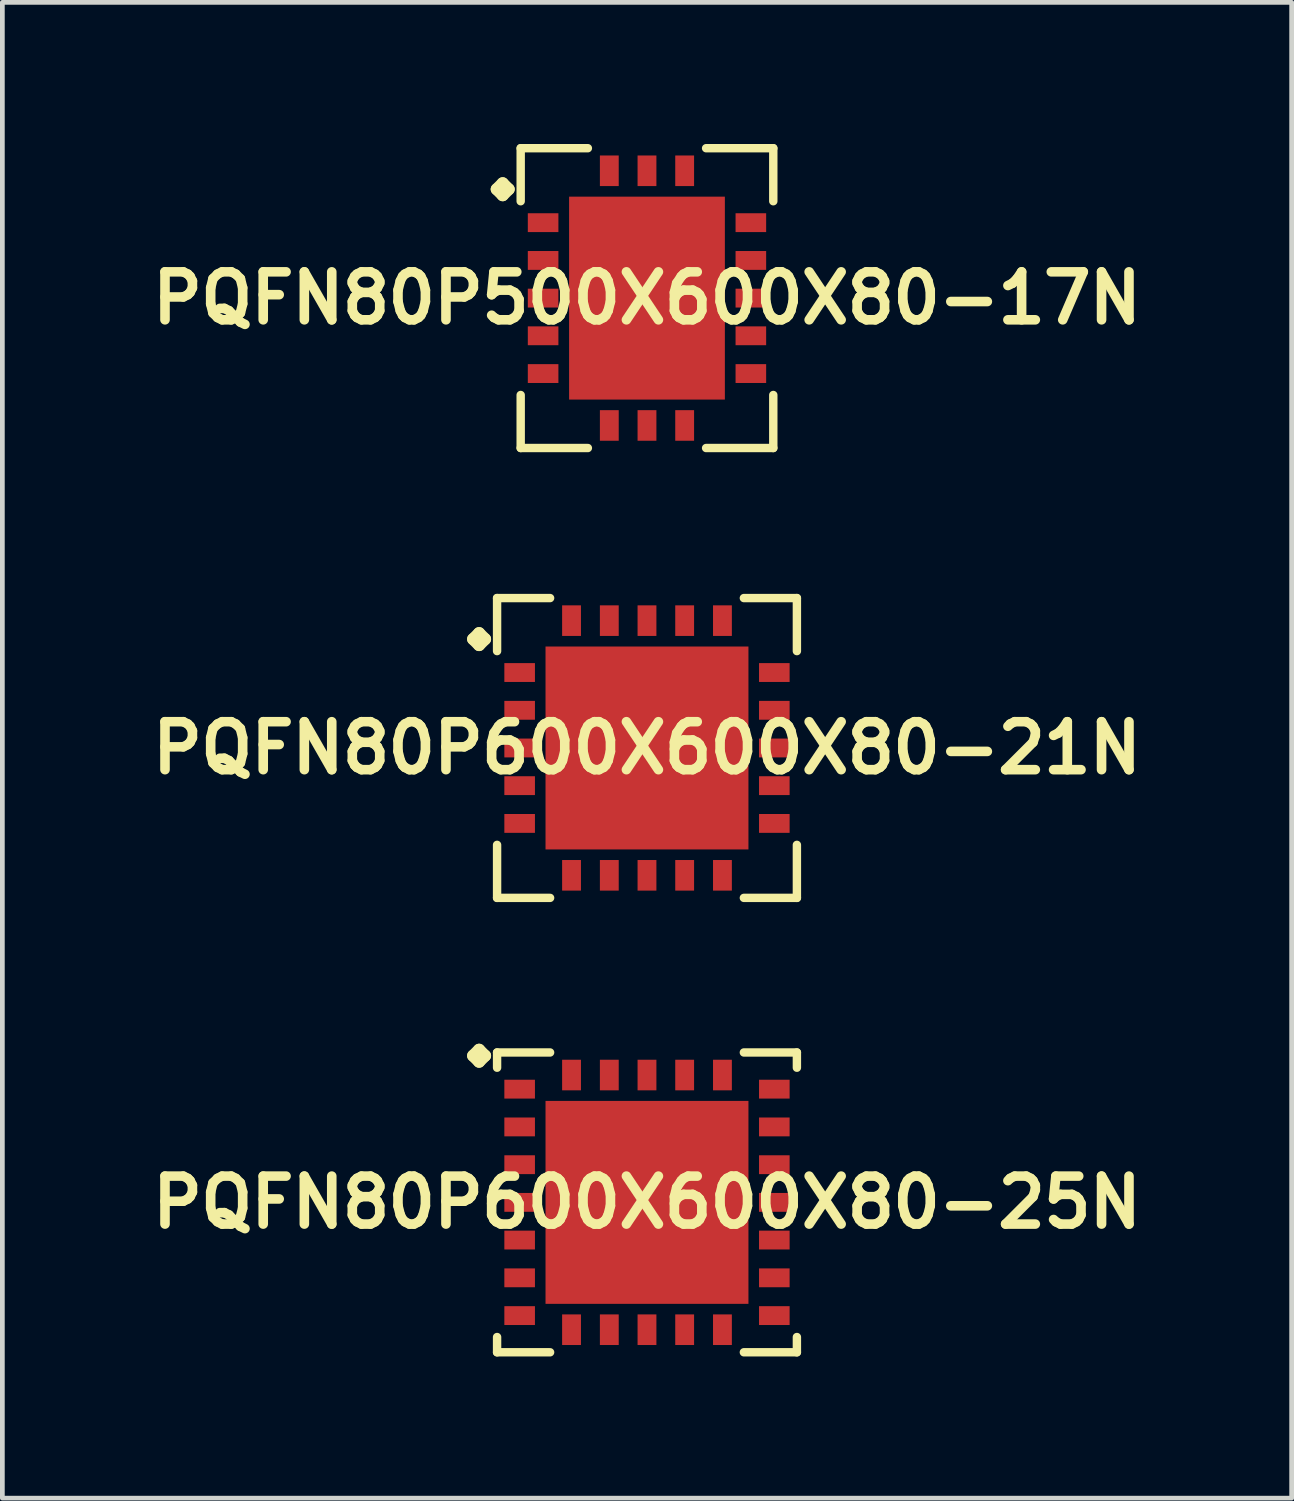
<source format=kicad_pcb>
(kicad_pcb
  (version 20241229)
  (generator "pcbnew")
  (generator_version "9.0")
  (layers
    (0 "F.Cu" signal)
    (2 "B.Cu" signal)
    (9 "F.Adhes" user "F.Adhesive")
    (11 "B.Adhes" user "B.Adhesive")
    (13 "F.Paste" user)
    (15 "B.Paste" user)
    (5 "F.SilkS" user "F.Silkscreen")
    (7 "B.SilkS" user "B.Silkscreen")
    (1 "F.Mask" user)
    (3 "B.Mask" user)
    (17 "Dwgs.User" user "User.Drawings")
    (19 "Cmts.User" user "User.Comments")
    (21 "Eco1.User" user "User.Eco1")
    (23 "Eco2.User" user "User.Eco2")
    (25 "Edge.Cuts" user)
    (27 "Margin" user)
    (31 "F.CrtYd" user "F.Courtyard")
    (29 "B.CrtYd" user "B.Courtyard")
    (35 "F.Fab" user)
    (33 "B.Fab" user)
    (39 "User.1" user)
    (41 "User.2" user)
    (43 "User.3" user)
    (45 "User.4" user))
  (footprint "PQFN80P600X600X80-21N"
    (layer "F.Cu")
    (at 10.653 12.792)
    (property "Reference" "PQFN80P600X600X80-21N" (at 0 0 0) (layer "F.SilkS") (effects (font (size 1.016 1.016) (thickness 0.203))))
    (attr smd)
    (fp_line (start -3.683 -2.306) (end -3.556 -2.433) (stroke (width 0.254) (type solid)) (layer "F.SilkS"))
    (fp_line (start -3.556 -2.433) (end -3.429 -2.306) (stroke (width 0.254) (type solid)) (layer "F.SilkS"))
    (fp_line (start -3.556 -2.179) (end -3.683 -2.306) (stroke (width 0.254) (type solid)) (layer "F.SilkS"))
    (fp_line (start -3.429 -2.306) (end -3.556 -2.179) (stroke (width 0.254) (type solid)) (layer "F.SilkS"))
    (fp_line (start -3.175 -3.175) (end -2.052 -3.175) (stroke (width 0.178) (type solid)) (layer "F.SilkS"))
    (fp_line (start -3.175 -2.052) (end -3.175 -3.175) (stroke (width 0.178) (type solid)) (layer "F.SilkS"))
    (fp_line (start -3.175 2.052) (end -3.175 3.175) (stroke (width 0.178) (type solid)) (layer "F.SilkS"))
    (fp_line (start -3.175 3.175) (end -2.052 3.175) (stroke (width 0.178) (type solid)) (layer "F.SilkS"))
    (fp_line (start 2.052 -3.175) (end 3.175 -3.175) (stroke (width 0.178) (type solid)) (layer "F.SilkS"))
    (fp_line (start 2.052 3.175) (end 3.175 3.175) (stroke (width 0.178) (type solid)) (layer "F.SilkS"))
    (fp_line (start 3.175 -3.175) (end 3.175 -2.052) (stroke (width 0.178) (type solid)) (layer "F.SilkS"))
    (fp_line (start 3.175 3.175) (end 3.175 2.052) (stroke (width 0.178) (type solid)) (layer "F.SilkS"))
    (pad "1" smd rect (at -2.697 -1.598) (size 0.648 0.399) (layers "F.Cu" "F.Mask" "F.Paste"))
    (pad "2" smd rect (at -2.697 -0.798) (size 0.648 0.399) (layers "F.Cu" "F.Mask" "F.Paste"))
    (pad "3" smd rect (at -2.697 0) (size 0.648 0.399) (layers "F.Cu" "F.Mask" "F.Paste"))
    (pad "4" smd rect (at -2.697 0.798) (size 0.648 0.399) (layers "F.Cu" "F.Mask" "F.Paste"))
    (pad "5" smd rect (at -2.697 1.598) (size 0.648 0.399) (layers "F.Cu" "F.Mask" "F.Paste"))
    (pad "6" smd rect (at -1.598 2.697) (size 0.399 0.648) (layers "F.Cu" "F.Mask" "F.Paste"))
    (pad "7" smd rect (at -0.798 2.697) (size 0.399 0.648) (layers "F.Cu" "F.Mask" "F.Paste"))
    (pad "8" smd rect (at 0 2.697) (size 0.399 0.648) (layers "F.Cu" "F.Mask" "F.Paste"))
    (pad "9" smd rect (at 0.798 2.697) (size 0.399 0.648) (layers "F.Cu" "F.Mask" "F.Paste"))
    (pad "10" smd rect (at 1.598 2.697) (size 0.399 0.648) (layers "F.Cu" "F.Mask" "F.Paste"))
    (pad "11" smd rect (at 2.697 1.598) (size 0.648 0.399) (layers "F.Cu" "F.Mask" "F.Paste"))
    (pad "12" smd rect (at 2.697 0.798) (size 0.648 0.399) (layers "F.Cu" "F.Mask" "F.Paste"))
    (pad "13" smd rect (at 2.697 0) (size 0.648 0.399) (layers "F.Cu" "F.Mask" "F.Paste"))
    (pad "14" smd rect (at 2.697 -0.798) (size 0.648 0.399) (layers "F.Cu" "F.Mask" "F.Paste"))
    (pad "15" smd rect (at 2.697 -1.598) (size 0.648 0.399) (layers "F.Cu" "F.Mask" "F.Paste"))
    (pad "16" smd rect (at 1.598 -2.697) (size 0.399 0.648) (layers "F.Cu" "F.Mask" "F.Paste"))
    (pad "17" smd rect (at 0.798 -2.697) (size 0.399 0.648) (layers "F.Cu" "F.Mask" "F.Paste"))
    (pad "18" smd rect (at 0 -2.697) (size 0.399 0.648) (layers "F.Cu" "F.Mask" "F.Paste"))
    (pad "19" smd rect (at -0.798 -2.697) (size 0.399 0.648) (layers "F.Cu" "F.Mask" "F.Paste"))
    (pad "20" smd rect (at -1.598 -2.697) (size 0.399 0.648) (layers "F.Cu" "F.Mask" "F.Paste"))
    (pad "21" smd rect (at 0 0) (size 4.298 4.298) (layers "F.Cu" "F.Mask" "F.Paste")))
  (footprint "PQFN80P600X600X80-25N"
    (layer "F.Cu")
    (at 10.653 22.416)
    (property "Reference" "PQFN80P600X600X80-25N" (at 0 0 0) (layer "F.SilkS") (effects (font (size 1.016 1.016) (thickness 0.203))))
    (attr smd)
    (fp_line (start -3.683 -3.106) (end -3.556 -3.233) (stroke (width 0.254) (type solid)) (layer "F.SilkS"))
    (fp_line (start -3.556 -3.233) (end -3.429 -3.106) (stroke (width 0.254) (type solid)) (layer "F.SilkS"))
    (fp_line (start -3.556 -2.979) (end -3.683 -3.106) (stroke (width 0.254) (type solid)) (layer "F.SilkS"))
    (fp_line (start -3.429 -3.106) (end -3.556 -2.979) (stroke (width 0.254) (type solid)) (layer "F.SilkS"))
    (fp_line (start -3.175 -3.175) (end -2.052 -3.175) (stroke (width 0.178) (type solid)) (layer "F.SilkS"))
    (fp_line (start -3.175 -2.852) (end -3.175 -3.175) (stroke (width 0.178) (type solid)) (layer "F.SilkS"))
    (fp_line (start -3.175 2.852) (end -3.175 3.175) (stroke (width 0.178) (type solid)) (layer "F.SilkS"))
    (fp_line (start -3.175 3.175) (end -2.052 3.175) (stroke (width 0.178) (type solid)) (layer "F.SilkS"))
    (fp_line (start 2.052 -3.175) (end 3.175 -3.175) (stroke (width 0.178) (type solid)) (layer "F.SilkS"))
    (fp_line (start 2.052 3.175) (end 3.175 3.175) (stroke (width 0.178) (type solid)) (layer "F.SilkS"))
    (fp_line (start 3.175 -3.175) (end 3.175 -2.852) (stroke (width 0.178) (type solid)) (layer "F.SilkS"))
    (fp_line (start 3.175 3.175) (end 3.175 2.852) (stroke (width 0.178) (type solid)) (layer "F.SilkS"))
    (pad "1" smd rect (at -2.697 -2.398) (size 0.648 0.399) (layers "F.Cu" "F.Mask" "F.Paste"))
    (pad "2" smd rect (at -2.697 -1.598) (size 0.648 0.399) (layers "F.Cu" "F.Mask" "F.Paste"))
    (pad "3" smd rect (at -2.697 -0.798) (size 0.648 0.399) (layers "F.Cu" "F.Mask" "F.Paste"))
    (pad "4" smd rect (at -2.697 0) (size 0.648 0.399) (layers "F.Cu" "F.Mask" "F.Paste"))
    (pad "5" smd rect (at -2.697 0.798) (size 0.648 0.399) (layers "F.Cu" "F.Mask" "F.Paste"))
    (pad "6" smd rect (at -2.697 1.598) (size 0.648 0.399) (layers "F.Cu" "F.Mask" "F.Paste"))
    (pad "7" smd rect (at -2.697 2.398) (size 0.648 0.399) (layers "F.Cu" "F.Mask" "F.Paste"))
    (pad "8" smd rect (at -1.598 2.697) (size 0.399 0.648) (layers "F.Cu" "F.Mask" "F.Paste"))
    (pad "9" smd rect (at -0.798 2.697) (size 0.399 0.648) (layers "F.Cu" "F.Mask" "F.Paste"))
    (pad "10" smd rect (at 0 2.697) (size 0.399 0.648) (layers "F.Cu" "F.Mask" "F.Paste"))
    (pad "11" smd rect (at 0.798 2.697) (size 0.399 0.648) (layers "F.Cu" "F.Mask" "F.Paste"))
    (pad "12" smd rect (at 1.598 2.697) (size 0.399 0.648) (layers "F.Cu" "F.Mask" "F.Paste"))
    (pad "13" smd rect (at 2.697 2.398) (size 0.648 0.399) (layers "F.Cu" "F.Mask" "F.Paste"))
    (pad "14" smd rect (at 2.697 1.598) (size 0.648 0.399) (layers "F.Cu" "F.Mask" "F.Paste"))
    (pad "15" smd rect (at 2.697 0.798) (size 0.648 0.399) (layers "F.Cu" "F.Mask" "F.Paste"))
    (pad "16" smd rect (at 2.697 0) (size 0.648 0.399) (layers "F.Cu" "F.Mask" "F.Paste"))
    (pad "17" smd rect (at 2.697 -0.798) (size 0.648 0.399) (layers "F.Cu" "F.Mask" "F.Paste"))
    (pad "18" smd rect (at 2.697 -1.598) (size 0.648 0.399) (layers "F.Cu" "F.Mask" "F.Paste"))
    (pad "19" smd rect (at 2.697 -2.398) (size 0.648 0.399) (layers "F.Cu" "F.Mask" "F.Paste"))
    (pad "20" smd rect (at 1.598 -2.697) (size 0.399 0.648) (layers "F.Cu" "F.Mask" "F.Paste"))
    (pad "21" smd rect (at 0.798 -2.697) (size 0.399 0.648) (layers "F.Cu" "F.Mask" "F.Paste"))
    (pad "22" smd rect (at 0 -2.697) (size 0.399 0.648) (layers "F.Cu" "F.Mask" "F.Paste"))
    (pad "23" smd rect (at -0.798 -2.697) (size 0.399 0.648) (layers "F.Cu" "F.Mask" "F.Paste"))
    (pad "24" smd rect (at -1.598 -2.697) (size 0.399 0.648) (layers "F.Cu" "F.Mask" "F.Paste"))
    (pad "25" smd rect (at 0 0) (size 4.298 4.298) (layers "F.Cu" "F.Mask" "F.Paste")))
  (footprint "PQFN80P500X600X80-17N"
    (layer "F.Cu")
    (at 10.653 3.264)
    (property "Reference" "PQFN80P500X600X80-17N" (at 0 0 0) (layer "F.SilkS") (effects (font (size 1.016 1.016) (thickness 0.203))))
    (attr smd)
    (fp_line (start -3.183 -2.306) (end -3.056 -2.433) (stroke (width 0.254) (type solid)) (layer "F.SilkS"))
    (fp_line (start -3.056 -2.433) (end -2.929 -2.306) (stroke (width 0.254) (type solid)) (layer "F.SilkS"))
    (fp_line (start -3.056 -2.179) (end -3.183 -2.306) (stroke (width 0.254) (type solid)) (layer "F.SilkS"))
    (fp_line (start -2.929 -2.306) (end -3.056 -2.179) (stroke (width 0.254) (type solid)) (layer "F.SilkS"))
    (fp_line (start -2.675 -3.175) (end -1.252 -3.175) (stroke (width 0.178) (type solid)) (layer "F.SilkS"))
    (fp_line (start -2.675 -2.052) (end -2.675 -3.175) (stroke (width 0.178) (type solid)) (layer "F.SilkS"))
    (fp_line (start -2.675 2.052) (end -2.675 3.175) (stroke (width 0.178) (type solid)) (layer "F.SilkS"))
    (fp_line (start -2.675 3.175) (end -1.252 3.175) (stroke (width 0.178) (type solid)) (layer "F.SilkS"))
    (fp_line (start 1.252 -3.175) (end 2.675 -3.175) (stroke (width 0.178) (type solid)) (layer "F.SilkS"))
    (fp_line (start 1.252 3.175) (end 2.675 3.175) (stroke (width 0.178) (type solid)) (layer "F.SilkS"))
    (fp_line (start 2.675 -3.175) (end 2.675 -2.052) (stroke (width 0.178) (type solid)) (layer "F.SilkS"))
    (fp_line (start 2.675 3.175) (end 2.675 2.052) (stroke (width 0.178) (type solid)) (layer "F.SilkS"))
    (pad "1" smd rect (at -2.2 -1.598) (size 0.648 0.399) (layers "F.Cu" "F.Mask" "F.Paste"))
    (pad "2" smd rect (at -2.2 -0.798) (size 0.648 0.399) (layers "F.Cu" "F.Mask" "F.Paste"))
    (pad "3" smd rect (at -2.2 0) (size 0.648 0.399) (layers "F.Cu" "F.Mask" "F.Paste"))
    (pad "4" smd rect (at -2.2 0.798) (size 0.648 0.399) (layers "F.Cu" "F.Mask" "F.Paste"))
    (pad "5" smd rect (at -2.2 1.598) (size 0.648 0.399) (layers "F.Cu" "F.Mask" "F.Paste"))
    (pad "6" smd rect (at -0.798 2.697) (size 0.399 0.648) (layers "F.Cu" "F.Mask" "F.Paste"))
    (pad "7" smd rect (at 0 2.697) (size 0.399 0.648) (layers "F.Cu" "F.Mask" "F.Paste"))
    (pad "8" smd rect (at 0.798 2.697) (size 0.399 0.648) (layers "F.Cu" "F.Mask" "F.Paste"))
    (pad "9" smd rect (at 2.2 1.598) (size 0.648 0.399) (layers "F.Cu" "F.Mask" "F.Paste"))
    (pad "10" smd rect (at 2.2 0.798) (size 0.648 0.399) (layers "F.Cu" "F.Mask" "F.Paste"))
    (pad "11" smd rect (at 2.2 0) (size 0.648 0.399) (layers "F.Cu" "F.Mask" "F.Paste"))
    (pad "12" smd rect (at 2.2 -0.798) (size 0.648 0.399) (layers "F.Cu" "F.Mask" "F.Paste"))
    (pad "13" smd rect (at 2.2 -1.598) (size 0.648 0.399) (layers "F.Cu" "F.Mask" "F.Paste"))
    (pad "14" smd rect (at 0.798 -2.697) (size 0.399 0.648) (layers "F.Cu" "F.Mask" "F.Paste"))
    (pad "15" smd rect (at 0 -2.697) (size 0.399 0.648) (layers "F.Cu" "F.Mask" "F.Paste"))
    (pad "16" smd rect (at -0.798 -2.697) (size 0.399 0.648) (layers "F.Cu" "F.Mask" "F.Paste"))
    (pad "17" smd rect (at 0 0) (size 3.299 4.298) (layers "F.Cu" "F.Mask" "F.Paste")))
  (gr_rect
    (start -3 -3)
    (end 24.307 28.68)
    (stroke (width 0.1) (type default))
    (fill no)
    (layer "Edge.Cuts")))
</source>
